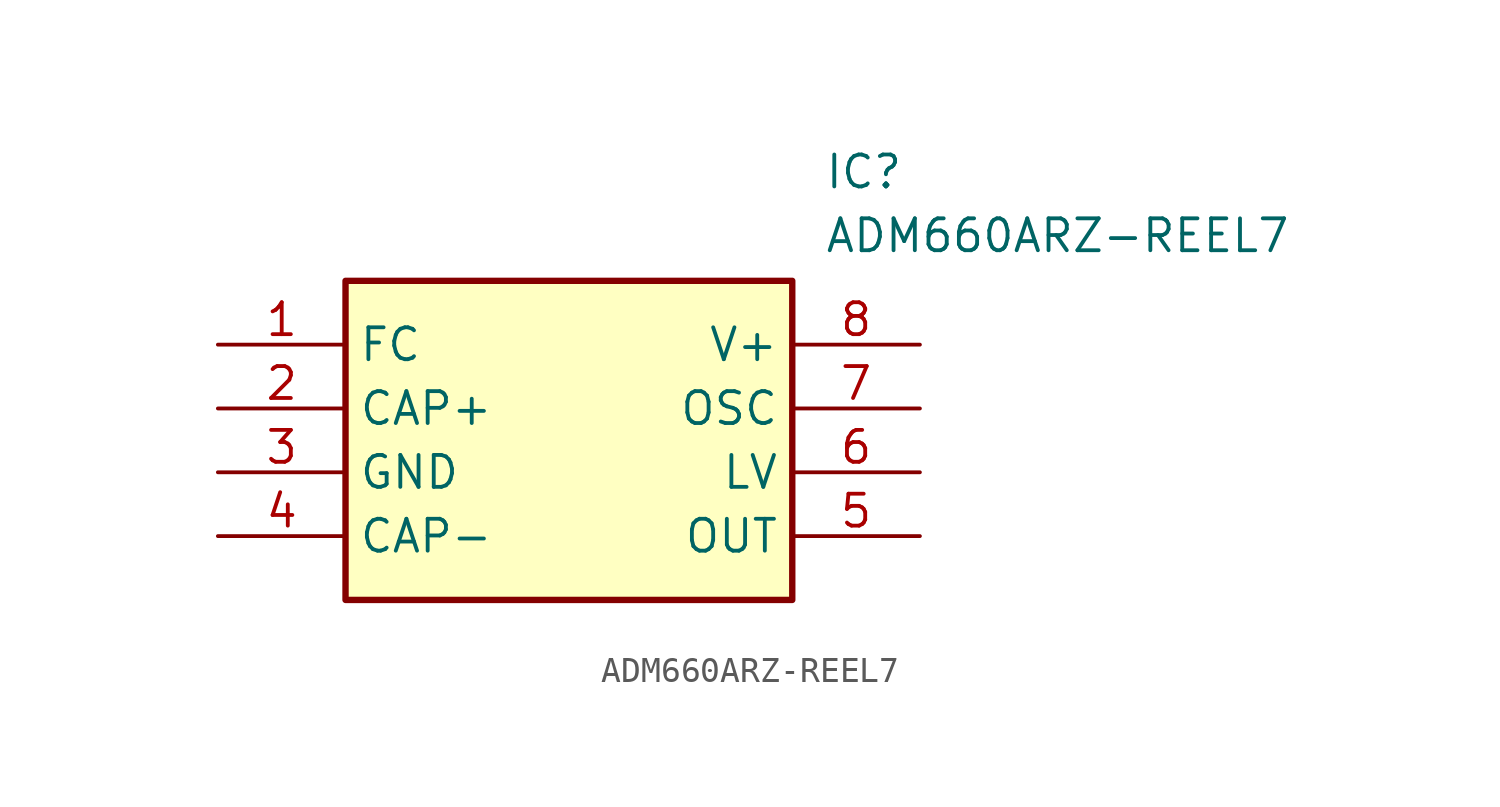
<source format=kicad_sym>
(kicad_symbol_lib
  (version 20220914)
  (generator kicad_symbol_editor)
  (symbol "ADM660ARZ-REEL7"
    (property "Reference" "IC"
      (at 24.13 7.62 0)
      (effects (font (size 1.27 1.27)) (justify left top)))
    (property "Value" "ADM660ARZ-REEL7"
      (at 24.13 5.08 0)
      (effects (font (size 1.27 1.27)) (justify left top)))
    (symbol "ADM660ARZ-REEL7_1_1"
      (rectangle (start 5.08 2.54) (end 22.86 -10.16) (stroke (width 0.254) (type default)) (fill (type background)))
      (pin passive line (at 0 0 0) (length 5.08) (name "FC" (effects (font (size 1.27 1.27)))) (number "1" (effects (font (size 1.27 1.27)))))
      (pin passive line (at 0 -2.54 0) (length 5.08) (name "CAP+" (effects (font (size 1.27 1.27)))) (number "2" (effects (font (size 1.27 1.27)))))
      (pin passive line (at 0 -5.08 0) (length 5.08) (name "GND" (effects (font (size 1.27 1.27)))) (number "3" (effects (font (size 1.27 1.27)))))
      (pin passive line (at 0 -7.62 0) (length 5.08) (name "CAP-" (effects (font (size 1.27 1.27)))) (number "4" (effects (font (size 1.27 1.27)))))
      (pin passive line (at 27.94 -7.62 180) (length 5.08) (name "OUT" (effects (font (size 1.27 1.27)))) (number "5" (effects (font (size 1.27 1.27)))))
      (pin passive line (at 27.94 -5.08 180) (length 5.08) (name "LV" (effects (font (size 1.27 1.27)))) (number "6" (effects (font (size 1.27 1.27)))))
      (pin passive line (at 27.94 -2.54 180) (length 5.08) (name "OSC" (effects (font (size 1.27 1.27)))) (number "7" (effects (font (size 1.27 1.27)))))
      (pin passive line (at 27.94 0 180) (length 5.08) (name "V+" (effects (font (size 1.27 1.27)))) (number "8" (effects (font (size 1.27 1.27))))))))
</source>
